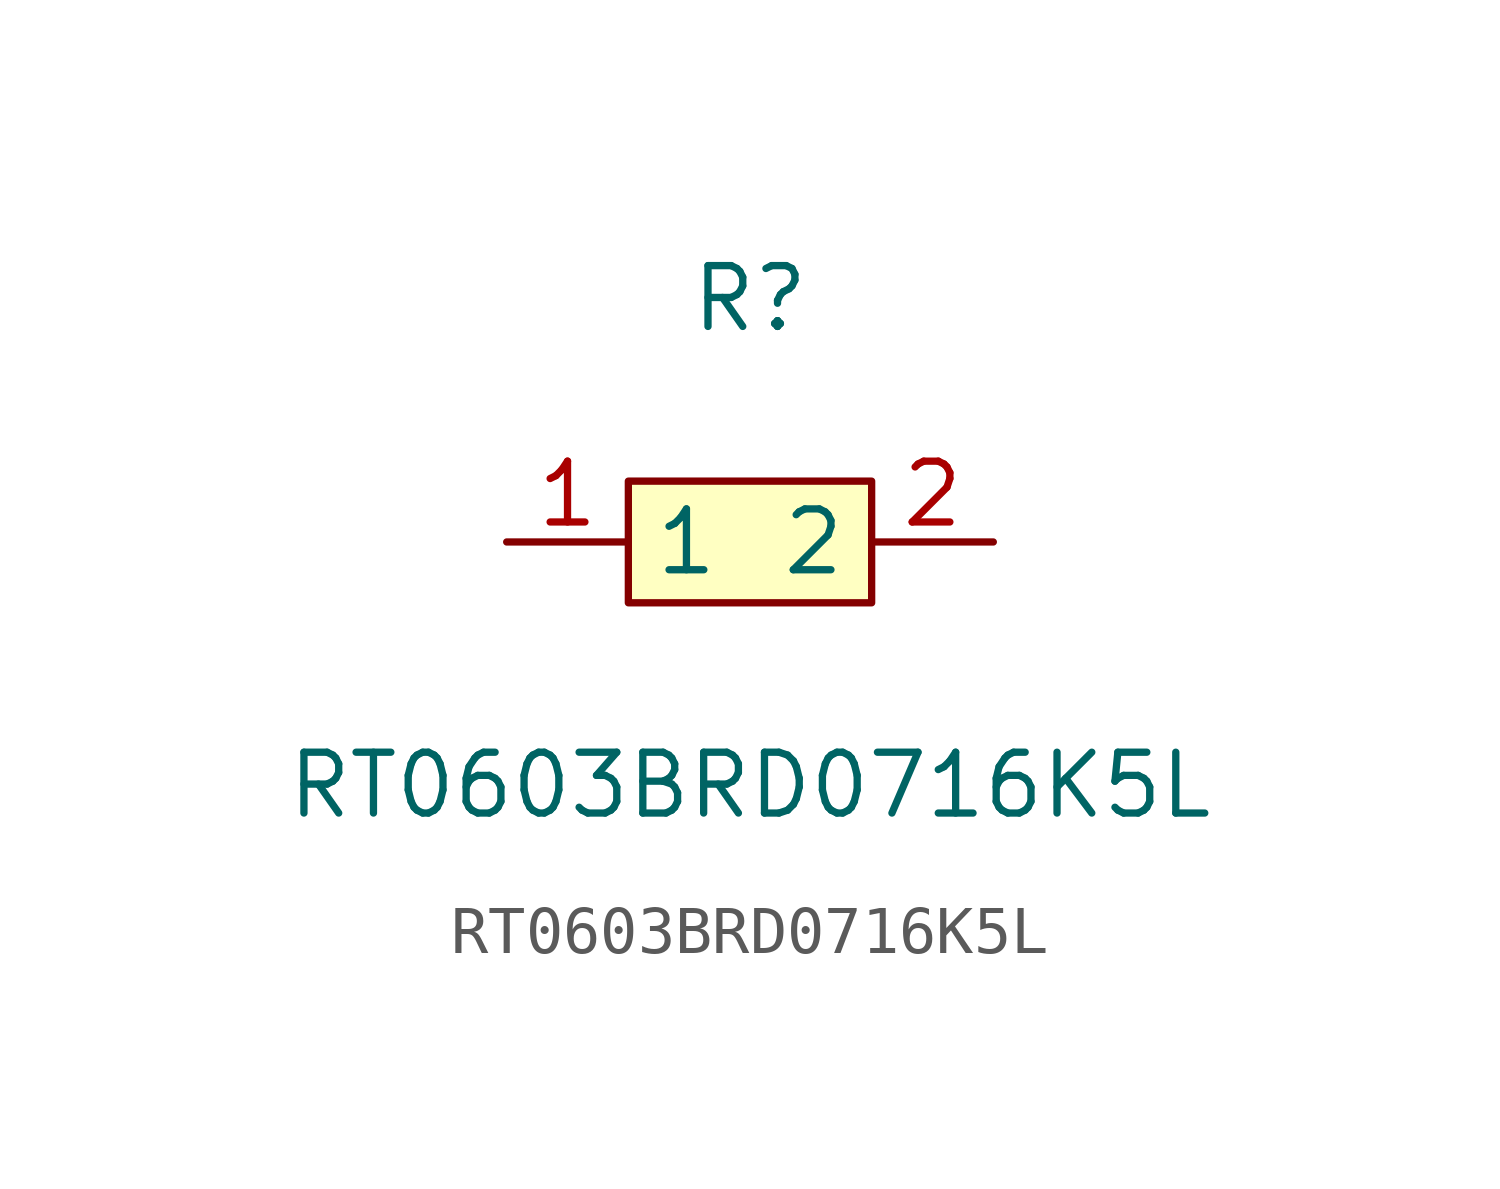
<source format=kicad_sym>
(kicad_symbol_lib
  (version 1)
  (generator "faebryk")
  (symbol "RT0603BRD0716K5L"
    (property "Reference" "R"
      (at 0 5.08 0)
      (effects (font (size 1.27 1.27)) (hide no)))
    (property "Value" "RT0603BRD0716K5L"
      (at 0 -5.08 0)
      (effects (font (size 1.27 1.27)) (hide no)))
    (symbol "RT0603BRD0716K5L_0_1"
      (rectangle (start -2.54 1.27) (end 2.54 -1.27) (stroke (width 0) (type default) (color 0 0 0 0)) (fill (type background)))
      (pin unspecified line (at 5.08 0 180) (length 2.54) (name "2" (effects (font (size 1.27 1.27)) (hide no))) (number "2" (effects (font (size 1.27 1.27)) (hide no))))
      (pin unspecified line (at -5.08 0 0) (length 2.54) (name "1" (effects (font (size 1.27 1.27)) (hide no))) (number "1" (effects (font (size 1.27 1.27)) (hide no)))))))
</source>
